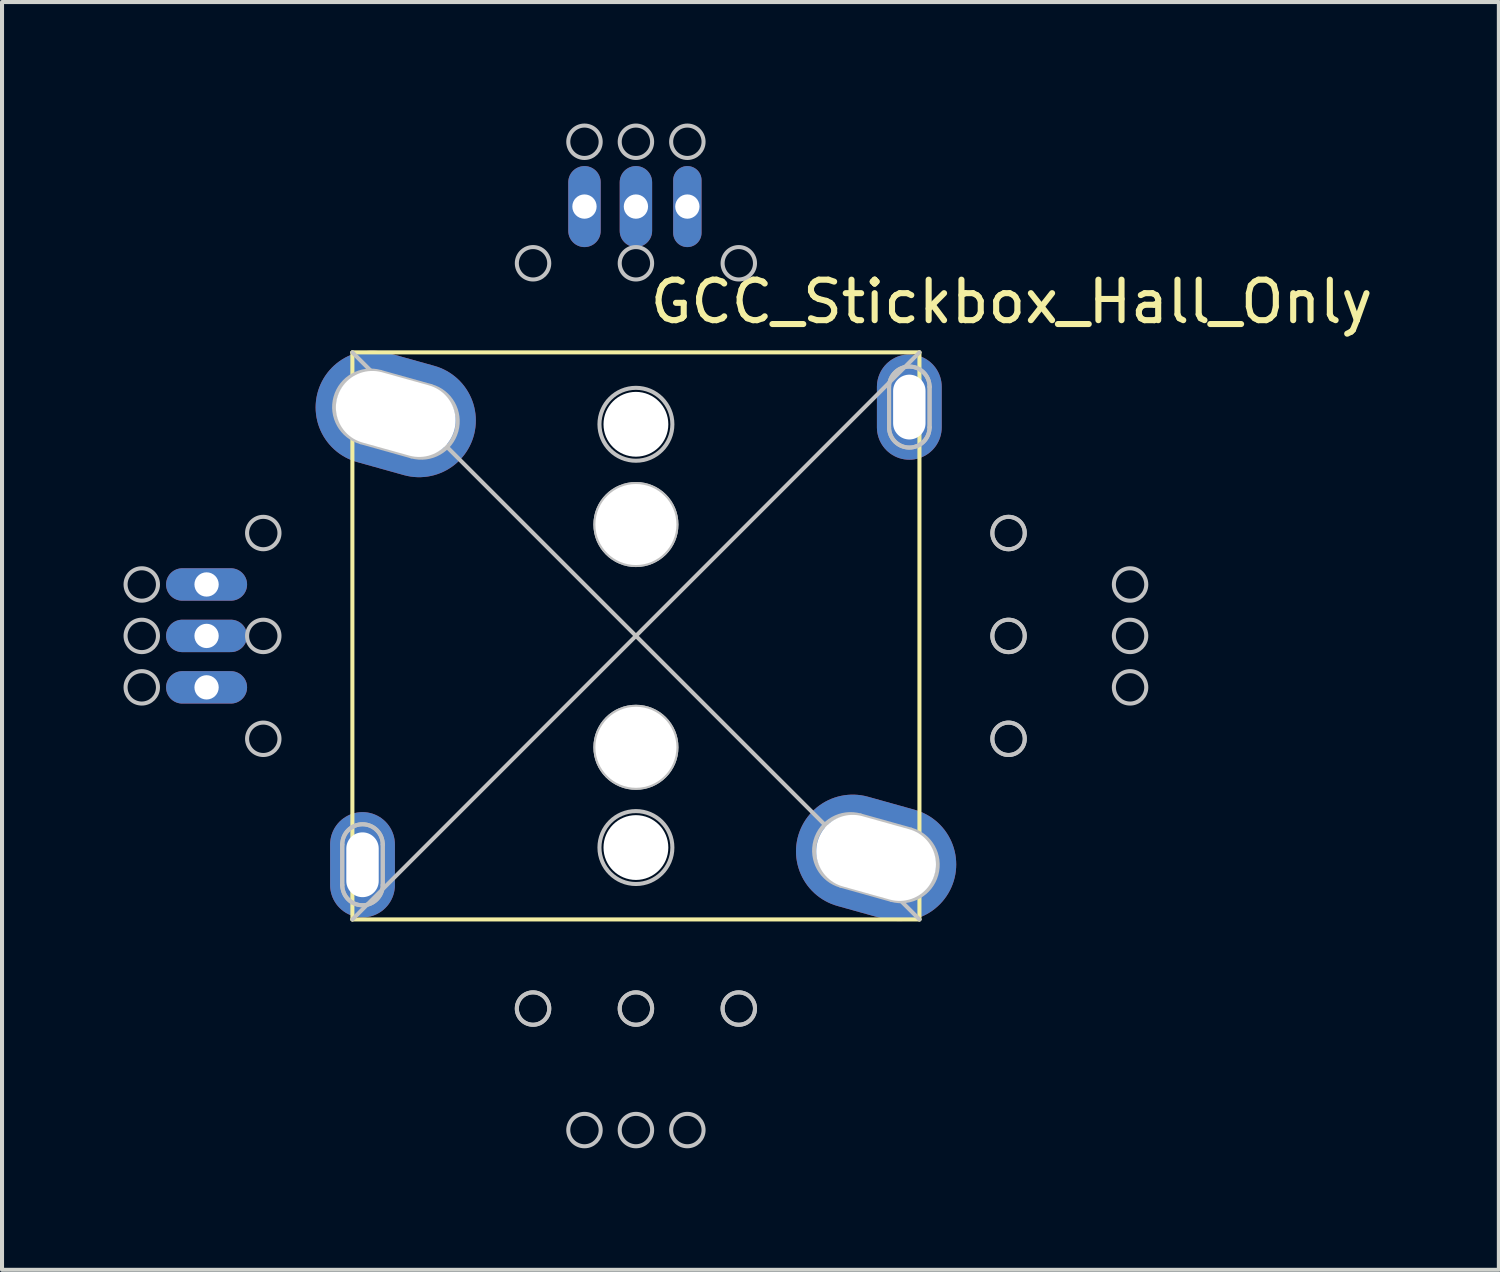
<source format=kicad_pcb>
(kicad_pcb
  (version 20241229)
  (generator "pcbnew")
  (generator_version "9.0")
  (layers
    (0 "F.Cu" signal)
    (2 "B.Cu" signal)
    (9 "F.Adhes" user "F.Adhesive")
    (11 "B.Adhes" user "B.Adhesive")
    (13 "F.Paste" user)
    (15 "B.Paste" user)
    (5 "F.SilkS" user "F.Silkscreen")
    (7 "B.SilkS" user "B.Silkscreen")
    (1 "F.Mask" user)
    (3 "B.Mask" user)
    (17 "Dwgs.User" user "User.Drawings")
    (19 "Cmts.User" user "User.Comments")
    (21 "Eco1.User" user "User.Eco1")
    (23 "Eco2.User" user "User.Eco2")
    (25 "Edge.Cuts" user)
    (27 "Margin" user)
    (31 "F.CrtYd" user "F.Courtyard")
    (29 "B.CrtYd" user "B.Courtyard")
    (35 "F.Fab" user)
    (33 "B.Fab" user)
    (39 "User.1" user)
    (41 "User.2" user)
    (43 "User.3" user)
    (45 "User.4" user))
  (footprint "GCC_Stickbox_Hall_Only"
    (layer "F.Cu")
    (at 12.65 12.65)
    (property "Reference" "GCC_Stickbox_Hall_Only" (at 9.275 -8.25 0) (layer "F.SilkS") (effects (font (size 1 1) (thickness 0.15))))
    (attr through_hole)
    (fp_line (start -7 -7) (end -7 7) (stroke (width 0.1) (type solid)) (layer "F.SilkS"))
    (fp_line (start -7 -7) (end 7 -7) (stroke (width 0.1) (type solid)) (layer "F.SilkS"))
    (fp_line (start -7 7) (end 7 7) (stroke (width 0.1) (type solid)) (layer "F.SilkS"))
    (fp_line (start 7 -7) (end 7 7) (stroke (width 0.1) (type solid)) (layer "F.SilkS"))
    (fp_line (start -7.25 5.15) (end -7.25 6.15) (stroke (width 0.1) (type solid)) (layer "Dwgs.User"))
    (fp_line (start -7.25 5.15) (end -7.25 6.15) (stroke (width 0.1) (type solid)) (layer "Dwgs.User"))
    (fp_line (start -7 -7) (end 7 7) (stroke (width 0.1) (type solid)) (layer "Dwgs.User"))
    (fp_line (start -6.793 -4.783) (end -5.543 -4.433) (stroke (width 0.1) (type solid)) (layer "Dwgs.User"))
    (fp_line (start -6.25 5.15) (end -6.25 6.15) (stroke (width 0.1) (type solid)) (layer "Dwgs.User"))
    (fp_line (start -6.25 6.15) (end -6.25 5.15) (stroke (width 0.1) (type solid)) (layer "Dwgs.User"))
    (fp_line (start -5.057 -6.167) (end -6.307 -6.517) (stroke (width 0.1) (type solid)) (layer "Dwgs.User"))
    (fp_line (start 5.057 6.167) (end 6.307 6.517) (stroke (width 0.1) (type solid)) (layer "Dwgs.User"))
    (fp_line (start 6.25 -6.15) (end 6.25 -5.15) (stroke (width 0.1) (type solid)) (layer "Dwgs.User"))
    (fp_line (start 6.25 -6.15) (end 6.25 -5.15) (stroke (width 0.1) (type solid)) (layer "Dwgs.User"))
    (fp_line (start 6.793 4.783) (end 5.543 4.433) (stroke (width 0.1) (type solid)) (layer "Dwgs.User"))
    (fp_line (start 7 -7) (end -7 7) (stroke (width 0.1) (type solid)) (layer "Dwgs.User"))
    (fp_line (start 7.25 -6.15) (end 7.25 -5.15) (stroke (width 0.1) (type solid)) (layer "Dwgs.User"))
    (fp_line (start 7.25 -5.15) (end 7.25 -6.15) (stroke (width 0.1) (type solid)) (layer "Dwgs.User"))
    (fp_arc (start -7.25 5.15) (mid -6.75 4.65) (end -6.25 5.15) (stroke (width 0.1) (type solid)) (layer "Dwgs.User"))
    (fp_arc (start -7.25 5.15) (mid -6.75 4.65) (end -6.25 5.15) (stroke (width 0.1) (type solid)) (layer "Dwgs.User"))
    (fp_arc (start -6.792666 -4.783332) (mid -7.416668 -5.892666) (end -6.307334 -6.516668) (stroke (width 0.1) (type solid)) (layer "Dwgs.User"))
    (fp_arc (start -6.25 6.15) (mid -6.75 6.65) (end -7.25 6.15) (stroke (width 0.1) (type solid)) (layer "Dwgs.User"))
    (fp_arc (start -6.25 6.15) (mid -6.75 6.65) (end -7.25 6.15) (stroke (width 0.1) (type solid)) (layer "Dwgs.User"))
    (fp_arc (start -5.057333 -6.166667) (mid -4.433333 -5.057333) (end -5.542667 -4.433333) (stroke (width 0.1) (type solid)) (layer "Dwgs.User"))
    (fp_arc (start 5.057334 6.166668) (mid 4.433332 5.057334) (end 5.542666 4.433332) (stroke (width 0.1) (type solid)) (layer "Dwgs.User"))
    (fp_arc (start 6.25 -6.15) (mid 6.75 -6.65) (end 7.25 -6.15) (stroke (width 0.1) (type solid)) (layer "Dwgs.User"))
    (fp_arc (start 6.25 -6.15) (mid 6.75 -6.65) (end 7.25 -6.15) (stroke (width 0.1) (type solid)) (layer "Dwgs.User"))
    (fp_arc (start 6.792667 4.783333) (mid 7.416667 5.892667) (end 6.307333 6.516667) (stroke (width 0.1) (type solid)) (layer "Dwgs.User"))
    (fp_arc (start 7.25 -5.15) (mid 6.75 -4.65) (end 6.25 -5.15) (stroke (width 0.1) (type solid)) (layer "Dwgs.User"))
    (fp_arc (start 7.25 -5.15) (mid 6.75 -4.65) (end 6.25 -5.15) (stroke (width 0.1) (type solid)) (layer "Dwgs.User"))
    (fp_circle (center -12.2 -1.27) (end -11.8 -1.27) (stroke (width 0.1) (type solid)) (fill no) (layer "Dwgs.User"))
    (fp_circle (center -12.2 0) (end -11.8 0) (stroke (width 0.1) (type solid)) (fill no) (layer "Dwgs.User"))
    (fp_circle (center -12.2 1.27) (end -11.8 1.27) (stroke (width 0.1) (type solid)) (fill no) (layer "Dwgs.User"))
    (fp_circle (center -9.2 -2.54) (end -8.8 -2.54) (stroke (width 0.1) (type solid)) (fill no) (layer "Dwgs.User"))
    (fp_circle (center -9.2 0) (end -8.8 0) (stroke (width 0.1) (type solid)) (fill no) (layer "Dwgs.User"))
    (fp_circle (center -9.2 2.54) (end -8.8 2.54) (stroke (width 0.1) (type solid)) (fill no) (layer "Dwgs.User"))
    (fp_circle (center -2.54 -9.2) (end -2.14 -9.2) (stroke (width 0.1) (type solid)) (fill no) (layer "Dwgs.User"))
    (fp_circle (center -2.54 9.2) (end -2.14 9.2) (stroke (width 0.1) (type solid)) (fill no) (layer "Dwgs.User"))
    (fp_circle (center -2.54 9.2) (end -2.14 9.2) (stroke (width 0.1) (type solid)) (fill no) (layer "Dwgs.User"))
    (fp_circle (center -1.27 -12.2) (end -0.87 -12.2) (stroke (width 0.1) (type solid)) (fill no) (layer "Dwgs.User"))
    (fp_circle (center -1.27 12.2) (end -0.87 12.2) (stroke (width 0.1) (type solid)) (fill no) (layer "Dwgs.User"))
    (fp_circle (center 0 -12.2) (end 0.4 -12.2) (stroke (width 0.1) (type solid)) (fill no) (layer "Dwgs.User"))
    (fp_circle (center 0 -9.2) (end 0.4 -9.2) (stroke (width 0.1) (type solid)) (fill no) (layer "Dwgs.User"))
    (fp_circle (center 0 -5.225) (end 0.9 -5.225) (stroke (width 0.1) (type solid)) (fill no) (layer "Dwgs.User"))
    (fp_circle (center 0 -2.75) (end 1 -2.75) (stroke (width 0.1) (type solid)) (fill no) (layer "Dwgs.User"))
    (fp_circle (center 0 -2.75) (end 1 -2.75) (stroke (width 0.1) (type solid)) (fill no) (layer "Dwgs.User"))
    (fp_circle (center 0 2.75) (end 1 2.75) (stroke (width 0.1) (type solid)) (fill no) (layer "Dwgs.User"))
    (fp_circle (center 0 2.75) (end 1 2.75) (stroke (width 0.1) (type solid)) (fill no) (layer "Dwgs.User"))
    (fp_circle (center 0 5.225) (end 0.9 5.225) (stroke (width 0.1) (type solid)) (fill no) (layer "Dwgs.User"))
    (fp_circle (center 0 9.2) (end 0.4 9.2) (stroke (width 0.1) (type solid)) (fill no) (layer "Dwgs.User"))
    (fp_circle (center 0 9.2) (end 0.4 9.2) (stroke (width 0.1) (type solid)) (fill no) (layer "Dwgs.User"))
    (fp_circle (center 0 12.2) (end 0.4 12.2) (stroke (width 0.1) (type solid)) (fill no) (layer "Dwgs.User"))
    (fp_circle (center 1.27 -12.2) (end 1.67 -12.2) (stroke (width 0.1) (type solid)) (fill no) (layer "Dwgs.User"))
    (fp_circle (center 1.27 12.2) (end 1.67 12.2) (stroke (width 0.1) (type solid)) (fill no) (layer "Dwgs.User"))
    (fp_circle (center 2.54 -9.2) (end 2.94 -9.2) (stroke (width 0.1) (type solid)) (fill no) (layer "Dwgs.User"))
    (fp_circle (center 2.54 9.2) (end 2.94 9.2) (stroke (width 0.1) (type solid)) (fill no) (layer "Dwgs.User"))
    (fp_circle (center 2.54 9.2) (end 2.94 9.2) (stroke (width 0.1) (type solid)) (fill no) (layer "Dwgs.User"))
    (fp_circle (center 9.2 -2.54) (end 9.6 -2.54) (stroke (width 0.1) (type solid)) (fill no) (layer "Dwgs.User"))
    (fp_circle (center 9.2 -2.54) (end 9.6 -2.54) (stroke (width 0.1) (type solid)) (fill no) (layer "Dwgs.User"))
    (fp_circle (center 9.2 0) (end 9.6 0) (stroke (width 0.1) (type solid)) (fill no) (layer "Dwgs.User"))
    (fp_circle (center 9.2 0) (end 9.6 0) (stroke (width 0.1) (type solid)) (fill no) (layer "Dwgs.User"))
    (fp_circle (center 9.2 2.54) (end 9.6 2.54) (stroke (width 0.1) (type solid)) (fill no) (layer "Dwgs.User"))
    (fp_circle (center 9.2 2.54) (end 9.6 2.54) (stroke (width 0.1) (type solid)) (fill no) (layer "Dwgs.User"))
    (fp_circle (center 12.2 -1.27) (end 12.6 -1.27) (stroke (width 0.1) (type solid)) (fill no) (layer "Dwgs.User"))
    (fp_circle (center 12.2 0) (end 12.6 0) (stroke (width 0.1) (type solid)) (fill no) (layer "Dwgs.User"))
    (fp_circle (center 12.2 1.27) (end 12.6 1.27) (stroke (width 0.1) (type solid)) (fill no) (layer "Dwgs.User"))
    (pad "" thru_hole oval (at -6.75 5.65) (size 1.6 2.6) (drill oval 0.8 1.6) (layers "*.Cu" "*.Mask"))
    (pad "" thru_hole oval (at -5.93 -5.48 74.4) (size 2.8 4) (drill oval 1.8 3) (layers "*.Cu" "*.Mask"))
    (pad "" np_thru_hole circle (at 0 -5.225) (size 1.6 1.6) (drill 1.6) (layers "*.Cu" "*.Mask"))
    (pad "" np_thru_hole circle (at 0 -2.75) (size 2 2) (drill 2) (layers "*.Cu" "*.Mask"))
    (pad "" np_thru_hole circle (at 0 2.75) (size 2 2) (drill 2) (layers "*.Cu" "*.Mask"))
    (pad "" np_thru_hole circle (at 0 5.225) (size 1.6 1.6) (drill 1.6) (layers "*.Cu" "*.Mask"))
    (pad "" thru_hole oval (at 5.93 5.48 74.4) (size 2.8 4) (drill oval 1.8 3) (layers "*.Cu" "*.Mask"))
    (pad "" thru_hole oval (at 6.75 -5.65) (size 1.6 2.6) (drill oval 0.8 1.6) (layers "*.Cu" "*.Mask"))
    (pad "1" thru_hole oval (at 1.27 -10.6) (size 0.7 2) (drill 0.6) (layers "*.Cu" "*.Mask"))
    (pad "2" thru_hole oval (at 0 -10.6) (size 0.8 2) (drill 0.6) (layers "*.Cu" "*.Mask"))
    (pad "3" thru_hole oval (at -1.27 -10.6) (size 0.8 2) (drill 0.6) (layers "*.Cu" "*.Mask"))
    (pad "4" thru_hole oval (at -10.6 -1.27 90) (size 0.8 2) (drill 0.6) (layers "*.Cu" "*.Mask"))
    (pad "5" thru_hole oval (at -10.6 0 90) (size 0.8 2) (drill 0.6) (layers "*.Cu" "*.Mask"))
    (pad "6" thru_hole oval (at -10.6 1.27 90) (size 0.8 2) (drill 0.6) (layers "*.Cu" "*.Mask")))
  (gr_rect
    (start -3 -3)
    (end 33.955 28.3)
    (stroke (width 0.1) (type default))
    (fill no)
    (layer "Edge.Cuts")))
</source>
